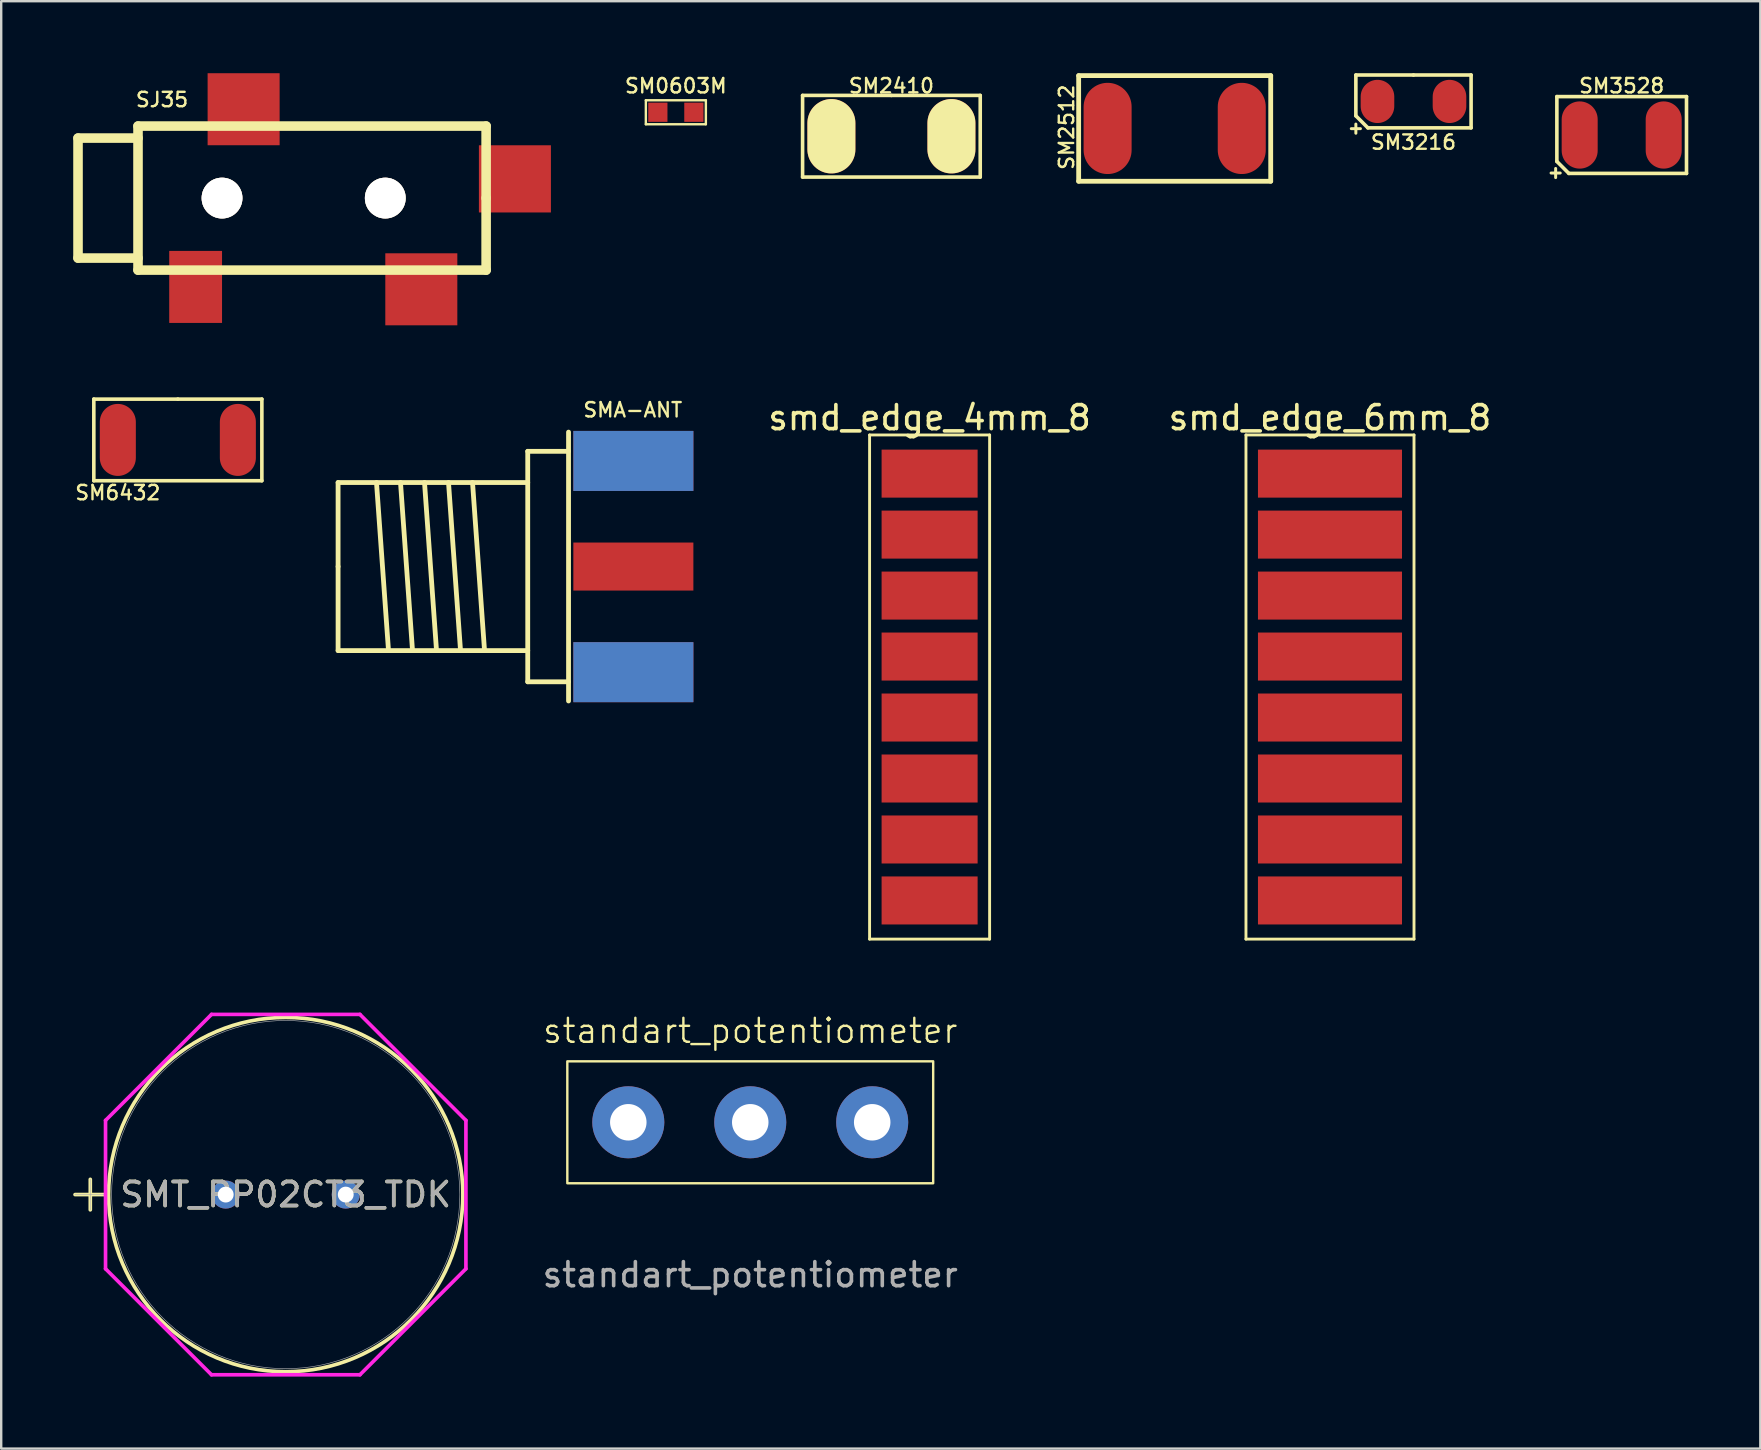
<source format=kicad_pcb>
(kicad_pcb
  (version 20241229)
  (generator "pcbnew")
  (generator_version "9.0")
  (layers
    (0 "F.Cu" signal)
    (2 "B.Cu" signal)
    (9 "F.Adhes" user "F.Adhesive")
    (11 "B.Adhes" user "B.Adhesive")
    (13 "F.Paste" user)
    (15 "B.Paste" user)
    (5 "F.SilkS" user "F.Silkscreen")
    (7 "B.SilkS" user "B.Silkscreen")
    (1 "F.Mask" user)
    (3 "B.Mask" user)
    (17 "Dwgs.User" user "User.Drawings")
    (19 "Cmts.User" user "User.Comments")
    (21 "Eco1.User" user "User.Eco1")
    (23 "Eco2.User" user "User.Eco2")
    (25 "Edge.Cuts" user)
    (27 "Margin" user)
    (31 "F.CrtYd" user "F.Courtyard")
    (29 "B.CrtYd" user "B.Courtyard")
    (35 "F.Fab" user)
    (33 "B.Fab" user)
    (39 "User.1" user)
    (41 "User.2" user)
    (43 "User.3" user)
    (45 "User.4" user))
  (footprint "SM3216"
    (layer "F.Cu")
    (at 55.829 1.175)
    (property "Reference" "SM3216" (at 0 1.7 0) (layer "F.SilkS") (effects (font (size 0.599 0.599) (thickness 0.099))))
    (attr smd)
    (fp_line (start -2.4 -1.1) (end -2.4 0.599) (stroke (width 0.15) (type solid)) (layer "F.SilkS"))
    (fp_line (start -2.4 0.599) (end -1.9 1.1) (stroke (width 0.15) (type solid)) (layer "F.SilkS"))
    (fp_line (start -1.9 1.1) (end 2.4 1.1) (stroke (width 0.15) (type solid)) (layer "F.SilkS"))
    (fp_line (start 0 -1.1) (end -2.4 -1.1) (stroke (width 0.15) (type solid)) (layer "F.SilkS"))
    (fp_line (start 0 -1.1) (end 2.4 -1.1) (stroke (width 0.15) (type solid)) (layer "F.SilkS"))
    (fp_line (start 2.4 -1.1) (end 2.4 1.1) (stroke (width 0.15) (type solid)) (layer "F.SilkS"))
    (fp_text user "+" (at -2.4 1.1 0) (layer "F.SilkS") (effects (font (size 0.5 0.5) (thickness 0.124))))
    (pad "1" smd oval (at -1.5 0) (size 1.4 1.8) (layers "F.Cu" "F.Mask" "F.Paste"))
    (pad "2" smd oval (at 1.5 0) (size 1.4 1.8) (layers "F.Cu" "F.Mask" "F.Paste")))
  (footprint "SM0603M"
    (layer "F.Cu")
    (at 25.103 1.626)
    (property "Reference" "SM0603M" (at 0 -1.1 0) (layer "F.SilkS") (effects (font (size 0.6 0.6) (thickness 0.1))))
    (attr smd)
    (fp_line (start -1.25 -0.5) (end -1.25 0.5) (stroke (width 0.1) (type solid)) (layer "F.SilkS"))
    (fp_line (start -1.25 0.5) (end 1.25 0.5) (stroke (width 0.1) (type solid)) (layer "F.SilkS"))
    (fp_line (start 1.25 -0.5) (end -1.25 -0.5) (stroke (width 0.1) (type solid)) (layer "F.SilkS"))
    (fp_line (start 1.25 0.5) (end 1.25 -0.5) (stroke (width 0.1) (type solid)) (layer "F.SilkS"))
    (pad "1" smd rect (at -0.75 0) (size 0.8 0.8) (layers "F.Cu" "F.Mask" "F.Paste"))
    (pad "2" smd rect (at 0.75 0) (size 0.8 0.8) (layers "F.Cu" "F.Mask" "F.Paste")))
  (footprint "SM2410"
    (layer "F.Cu")
    (at 34.082 2.625)
    (property "Reference" "SM2410" (at 0 -2.1 0) (layer "F.SilkS") (effects (font (size 0.599 0.599) (thickness 0.099))))
    (attr through_hole)
    (fp_line (start -3.7 -1.7) (end -3.7 1.7) (stroke (width 0.15) (type solid)) (layer "F.SilkS"))
    (fp_line (start -3.7 1.7) (end 3.7 1.7) (stroke (width 0.15) (type solid)) (layer "F.SilkS"))
    (fp_line (start 0 -1.7) (end -3.7 -1.7) (stroke (width 0.15) (type solid)) (layer "F.SilkS"))
    (fp_line (start 3.7 -1.7) (end 0 -1.7) (stroke (width 0.15) (type solid)) (layer "F.SilkS"))
    (fp_line (start 3.7 1.7) (end 3.7 -1.7) (stroke (width 0.15) (type solid)) (layer "F.SilkS"))
    (pad "1" smd oval (at -2.5 0) (size 2 3.1) (layers "F.Cu" "F.Mask" "F.SilkS" "F.Paste"))
    (pad "2" smd oval (at 2.5 0) (size 2 3.1) (layers "F.Cu" "F.Mask" "F.SilkS" "F.Paste")))
  (footprint "SM6432"
    (layer "F.Cu")
    (at 4.358 15.275)
    (property "Reference" "SM6432" (at -2.5 2.2 0) (layer "F.SilkS") (effects (font (size 0.599 0.599) (thickness 0.099))))
    (attr smd)
    (fp_line (start -3.5 -1.7) (end -3.5 1.7) (stroke (width 0.15) (type solid)) (layer "F.SilkS"))
    (fp_line (start -3.5 1.7) (end 3.5 1.7) (stroke (width 0.15) (type solid)) (layer "F.SilkS"))
    (fp_line (start 0 -1.7) (end -3.5 -1.7) (stroke (width 0.15) (type solid)) (layer "F.SilkS"))
    (fp_line (start 3.5 -1.7) (end 0 -1.7) (stroke (width 0.15) (type solid)) (layer "F.SilkS"))
    (fp_line (start 3.5 1.7) (end 3.5 -1.7) (stroke (width 0.15) (type solid)) (layer "F.SilkS"))
    (pad "1" smd oval (at -2.5 0) (size 1.501 3) (layers "F.Cu" "F.Mask" "F.Paste"))
    (pad "2" smd oval (at 2.5 0) (size 1.501 3) (layers "F.Cu" "F.Mask" "F.Paste")))
  (footprint "SMT_PP02CT3_TDK"
    (layer "F.Cu")
    (at 8.852 46.711)
    (property "Reference" "SMT_PP02CT3_TDK" (at 0 0 0) (unlocked yes) (layer "F.SilkS") (effects (font (size 1 1) (thickness 0.15))))
    (attr through_hole)
    (fp_line (start -8.776 0) (end -7.506 0) (stroke (width 0.152) (type solid)) (layer "F.SilkS"))
    (fp_line (start -8.141 -0.635) (end -8.141 0.635) (stroke (width 0.152) (type solid)) (layer "F.SilkS"))
    (fp_circle (center 0 0) (end 7.379 0) (stroke (width 0.152) (type solid)) (fill no) (layer "F.SilkS"))
    (fp_line (start -7.506 -3.091) (end -3.091 -7.506) (stroke (width 0.152) (type solid)) (layer "F.CrtYd"))
    (fp_line (start -7.506 3.091) (end -7.506 -3.091) (stroke (width 0.152) (type solid)) (layer "F.CrtYd"))
    (fp_line (start -3.091 -7.506) (end 3.091 -7.506) (stroke (width 0.152) (type solid)) (layer "F.CrtYd"))
    (fp_line (start -3.091 7.506) (end -7.506 3.091) (stroke (width 0.152) (type solid)) (layer "F.CrtYd"))
    (fp_line (start 3.091 -7.506) (end 7.506 -3.091) (stroke (width 0.152) (type solid)) (layer "F.CrtYd"))
    (fp_line (start 3.091 7.506) (end -3.091 7.506) (stroke (width 0.152) (type solid)) (layer "F.CrtYd"))
    (fp_line (start 7.506 -3.091) (end 7.506 3.091) (stroke (width 0.152) (type solid)) (layer "F.CrtYd"))
    (fp_line (start 7.506 3.091) (end 3.091 7.506) (stroke (width 0.152) (type solid)) (layer "F.CrtYd"))
    (fp_line (start -8.776 0) (end -7.506 0) (stroke (width 0.025) (type solid)) (layer "F.Fab"))
    (fp_line (start -8.141 -0.635) (end -8.141 0.635) (stroke (width 0.025) (type solid)) (layer "F.Fab"))
    (fp_circle (center 0 0) (end 7.252 0) (stroke (width 0.025) (type solid)) (fill no) (layer "F.Fab"))
    (fp_text user "${REFERENCE}" (at 0 0 0) (unlocked yes) (layer "F.Fab") (effects (font (size 1 1) (thickness 0.15))))
    (pad "1" thru_hole circle (at -2.5 0) (size 1.168 1.168) (drill 0.66) (layers "*.Cu" "*.Mask"))
    (pad "2" thru_hole circle (at 2.5 0) (size 1.168 1.168) (drill 0.66) (layers "*.Cu" "*.Mask")))
  (footprint "smd_edge_6mm_8"
    (layer "F.Cu")
    (at 52.351 25.569)
    (property "Reference" "smd_edge_6mm_8" (at 0 -11.22 0) (layer "F.SilkS") (effects (font (size 1 1) (thickness 0.15))))
    (attr through_hole)
    (fp_line (start -3.5 -10.5) (end -3.5 10.5) (stroke (width 0.12) (type default)) (layer "F.SilkS"))
    (fp_line (start -3.5 10.5) (end 3.5 10.5) (stroke (width 0.12) (type default)) (layer "F.SilkS"))
    (fp_line (start 3.5 -10.5) (end -3.5 -10.5) (stroke (width 0.12) (type default)) (layer "F.SilkS"))
    (fp_line (start 3.5 -10.5) (end 3.5 10.5) (stroke (width 0.12) (type default)) (layer "F.SilkS"))
    (pad "1" connect rect (at 0 -8.89) (size 6 2) (layers "F.Cu" "F.Mask"))
    (pad "2" connect rect (at 0 -6.35) (size 6 2) (layers "F.Cu" "F.Mask"))
    (pad "3" connect rect (at 0 -3.81) (size 6 2) (layers "F.Cu" "F.Mask"))
    (pad "4" connect rect (at 0 -1.27) (size 6 2) (layers "F.Cu" "F.Mask"))
    (pad "5" connect rect (at 0 1.27) (size 6 2) (layers "F.Cu" "F.Mask"))
    (pad "6" connect rect (at 0 3.81) (size 6 2) (layers "F.Cu" "F.Mask"))
    (pad "7" connect rect (at 0 6.35) (size 6 2) (layers "F.Cu" "F.Mask"))
    (pad "8" connect rect (at 0 8.89) (size 6 2) (layers "F.Cu" "F.Mask")))
  (footprint "SM3528"
    (layer "F.Cu")
    (at 64.502 2.574)
    (property "Reference" "SM3528" (at 0 -2.05 0) (layer "F.SilkS") (effects (font (size 0.599 0.599) (thickness 0.099))))
    (attr smd)
    (fp_line (start -2.7 -1.6) (end -2.7 1.1) (stroke (width 0.15) (type solid)) (layer "F.SilkS"))
    (fp_line (start -2.7 -1.6) (end 2.7 -1.6) (stroke (width 0.15) (type solid)) (layer "F.SilkS"))
    (fp_line (start -2.2 1.6) (end -2.7 1.1) (stroke (width 0.15) (type solid)) (layer "F.SilkS"))
    (fp_line (start 2.7 -1.6) (end 2.7 1.6) (stroke (width 0.15) (type solid)) (layer "F.SilkS"))
    (fp_line (start 2.7 1.6) (end -2.2 1.6) (stroke (width 0.15) (type solid)) (layer "F.SilkS"))
    (fp_text user "+" (at -2.751 1.549 0) (layer "F.SilkS") (effects (font (size 0.5 0.5) (thickness 0.124))))
    (pad "1" smd oval (at -1.75 0) (size 1.5 2.8) (layers "F.Cu" "F.Mask" "F.Paste"))
    (pad "2" smd oval (at 1.75 0) (size 1.5 2.8) (layers "F.Cu" "F.Mask" "F.Paste")))
  (footprint "smd_edge_4mm_8"
    (layer "F.Cu")
    (at 35.673 25.569)
    (property "Reference" "smd_edge_4mm_8" (at 0 -11.22 0) (layer "F.SilkS") (effects (font (size 1 1) (thickness 0.15))))
    (attr through_hole)
    (fp_line (start -2.5 -10.5) (end -2.5 10.5) (stroke (width 0.12) (type default)) (layer "F.SilkS"))
    (fp_line (start -2.5 10.5) (end 2.5 10.5) (stroke (width 0.12) (type default)) (layer "F.SilkS"))
    (fp_line (start 2.5 -10.5) (end -2.5 -10.5) (stroke (width 0.12) (type default)) (layer "F.SilkS"))
    (fp_line (start 2.5 -10.5) (end 2.5 10.5) (stroke (width 0.12) (type default)) (layer "F.SilkS"))
    (pad "1" connect rect (at 0 -8.89) (size 4 2) (layers "F.Cu" "F.Mask"))
    (pad "2" connect rect (at 0 -6.35) (size 4 2) (layers "F.Cu" "F.Mask"))
    (pad "3" connect rect (at 0 -3.81) (size 4 2) (layers "F.Cu" "F.Mask"))
    (pad "4" connect rect (at 0 -1.27) (size 4 2) (layers "F.Cu" "F.Mask"))
    (pad "5" connect rect (at 0 1.27) (size 4 2) (layers "F.Cu" "F.Mask"))
    (pad "6" connect rect (at 0 3.81) (size 4 2) (layers "F.Cu" "F.Mask"))
    (pad "7" connect rect (at 0 6.35) (size 4 2) (layers "F.Cu" "F.Mask"))
    (pad "8" connect rect (at 0 8.89) (size 4 2) (layers "F.Cu" "F.Mask")))
  (footprint "SM2512"
    (layer "F.Cu")
    (at 45.882 2.3)
    (property "Reference" "SM2512" (at -4.501 -0.051 90) (layer "F.SilkS") (effects (font (size 0.599 0.599) (thickness 0.099))))
    (attr through_hole)
    (fp_line (start -4 -2.2) (end -4 2.2) (stroke (width 0.2) (type solid)) (layer "F.SilkS"))
    (fp_line (start -4 2.2) (end 4 2.2) (stroke (width 0.2) (type solid)) (layer "F.SilkS"))
    (fp_line (start 4 -2.2) (end -4 -2.2) (stroke (width 0.2) (type solid)) (layer "F.SilkS"))
    (fp_line (start 4 2.2) (end 4 -2.2) (stroke (width 0.2) (type solid)) (layer "F.SilkS"))
    (pad "1" smd oval (at -2.794 0) (size 2 3.8) (layers "F.Cu" "F.Mask" "F.Paste"))
    (pad "2" smd oval (at 2.794 0) (size 2 3.8) (layers "F.Cu" "F.Mask" "F.Paste")))
  (footprint "SJ35"
    (layer "F.Cu")
    (at 2.699 5.201)
    (property "Reference" "SJ35" (at 1.001 -4.1 0) (layer "F.SilkS") (effects (font (size 0.599 0.599) (thickness 0.099))))
    (attr through_hole)
    (fp_line (start -2.499 -2.499) (end -2.499 2.499) (stroke (width 0.399) (type solid)) (layer "F.SilkS"))
    (fp_line (start -2.499 2.499) (end 0 2.499) (stroke (width 0.399) (type solid)) (layer "F.SilkS"))
    (fp_line (start 0 -3) (end 0 3) (stroke (width 0.399) (type solid)) (layer "F.SilkS"))
    (fp_line (start 0 -3) (end 14.501 -3) (stroke (width 0.399) (type solid)) (layer "F.SilkS"))
    (fp_line (start 0 -2.499) (end -2.499 -2.499) (stroke (width 0.399) (type solid)) (layer "F.SilkS"))
    (fp_line (start 0 3) (end 14.501 3) (stroke (width 0.399) (type solid)) (layer "F.SilkS"))
    (fp_line (start 14.501 -3) (end 14.501 0) (stroke (width 0.399) (type solid)) (layer "F.SilkS"))
    (fp_line (start 14.501 3) (end 14.501 0) (stroke (width 0.399) (type solid)) (layer "F.SilkS"))
    (pad "1" smd rect (at 2.4 3.701) (size 2.2 3) (layers "F.Cu" "F.Mask" "F.Paste"))
    (pad "2" smd rect (at 11.801 3.8) (size 3 3) (layers "F.Cu" "F.Mask" "F.Paste"))
    (pad "3" smd rect (at 4.399 -3.701) (size 3 3) (layers "F.Cu" "F.Mask" "F.Paste"))
    (pad "4" smd rect (at 15.7 -0.8) (size 3 2.799) (layers "F.Cu" "F.Mask" "F.Paste"))
    (pad "~" thru_hole circle (at 3.5 0) (size 1.699 1.699) (drill 1.699) (layers "*.Cu" "*.Mask" "F.SilkS"))
    (pad "~" thru_hole circle (at 10.3 0) (size 1.699 1.699) (drill 1.699) (layers "*.Cu" "*.Mask" "F.SilkS")))
  (footprint "SMA-ANT"
    (layer "F.Cu")
    (at 20.633 20.55)
    (property "Reference" "SMA-ANT" (at 2.675 -6.525 0) (layer "F.SilkS") (effects (font (size 0.599 0.599) (thickness 0.099))))
    (attr through_hole)
    (fp_line (start -9.6 -3.5) (end -1.7 -3.5) (stroke (width 0.2) (type solid)) (layer "F.SilkS"))
    (fp_line (start -9.6 0) (end -9.6 -3.5) (stroke (width 0.2) (type solid)) (layer "F.SilkS"))
    (fp_line (start -9.6 0) (end -9.6 3.5) (stroke (width 0.2) (type solid)) (layer "F.SilkS"))
    (fp_line (start -9.6 3.5) (end -1.7 3.5) (stroke (width 0.2) (type solid)) (layer "F.SilkS"))
    (fp_line (start -8 -3.5) (end -7.5 3.5) (stroke (width 0.2) (type solid)) (layer "F.SilkS"))
    (fp_line (start -7 -3.5) (end -6.5 3.5) (stroke (width 0.2) (type solid)) (layer "F.SilkS"))
    (fp_line (start -6 -3.5) (end -5.5 3.5) (stroke (width 0.2) (type solid)) (layer "F.SilkS"))
    (fp_line (start -5 -3.5) (end -4.5 3.5) (stroke (width 0.2) (type solid)) (layer "F.SilkS"))
    (fp_line (start -4 -3.5) (end -3.5 3.5) (stroke (width 0.2) (type solid)) (layer "F.SilkS"))
    (fp_line (start -1.7 -4.8) (end -1.7 4.8) (stroke (width 0.2) (type solid)) (layer "F.SilkS"))
    (fp_line (start -1.7 4.8) (end 0 4.8) (stroke (width 0.2) (type solid)) (layer "F.SilkS"))
    (fp_line (start 0 -5.6) (end 0 5.6) (stroke (width 0.2) (type solid)) (layer "F.SilkS"))
    (fp_line (start 0 -4.8) (end -1.7 -4.8) (stroke (width 0.2) (type solid)) (layer "F.SilkS"))
    (pad "1" smd rect (at 2.7 0) (size 5 2) (layers "F.Cu" "F.Mask" "F.Paste"))
    (pad "2" smd rect (at 2.7 -4.4) (size 5 2.5) (layers "F.Cu" "F.Mask" "F.Paste"))
    (pad "3" smd rect (at 2.7 4.4) (size 5 2.5) (layers "F.Cu" "F.Mask" "F.Paste"))
    (pad "4" smd rect (at 2.7 -4.4) (size 5 2.5) (layers "B.Cu" "B.Mask" "B.Paste"))
    (pad "5" smd rect (at 2.7 4.4) (size 5 2.5) (layers "B.Cu" "B.Mask" "B.Paste")))
  (footprint "standart_potentiometer"
    (layer "F.Cu")
    (at 28.202 43.699)
    (property "Reference" "standart_potentiometer" (at 0 -3.81 0) (unlocked yes) (layer "F.SilkS") (effects (font (size 1 1) (thickness 0.1))))
    (attr through_hole)
    (fp_rect (start -7.62 -2.54) (end 7.62 2.54) (stroke (width 0.1) (type default)) (fill no) (layer "F.SilkS"))
    (fp_text user "${REFERENCE}" (at 0 6.35 0) (unlocked yes) (layer "F.Fab") (effects (font (size 1 1) (thickness 0.15))))
    (pad "1" thru_hole circle (at -5.08 0) (size 3 3) (drill 1.52) (layers "*.Cu" "*.Mask"))
    (pad "2" thru_hole circle (at 0 0) (size 3 3) (drill 1.52) (layers "*.Cu" "*.Mask"))
    (pad "3" thru_hole circle (at 5.08 0) (size 3 3) (drill 1.52) (layers "*.Cu" "*.Mask")))
  (gr_rect
    (start -3 -3)
    (end 70.277 57.292)
    (stroke (width 0.1) (type default))
    (fill no)
    (layer "Edge.Cuts")))
</source>
